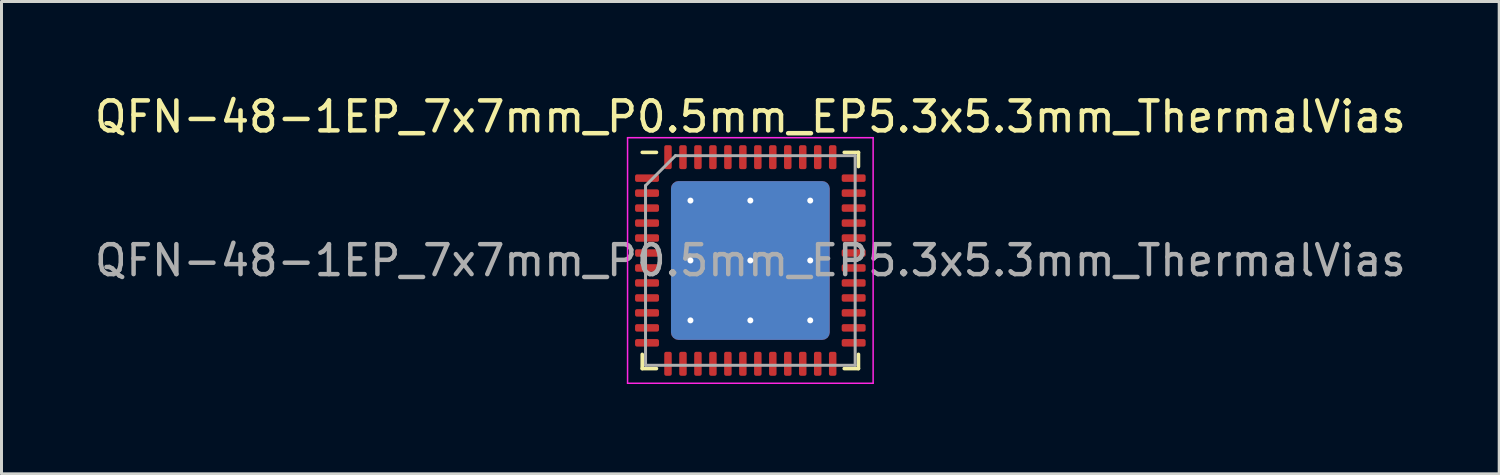
<source format=kicad_pcb>
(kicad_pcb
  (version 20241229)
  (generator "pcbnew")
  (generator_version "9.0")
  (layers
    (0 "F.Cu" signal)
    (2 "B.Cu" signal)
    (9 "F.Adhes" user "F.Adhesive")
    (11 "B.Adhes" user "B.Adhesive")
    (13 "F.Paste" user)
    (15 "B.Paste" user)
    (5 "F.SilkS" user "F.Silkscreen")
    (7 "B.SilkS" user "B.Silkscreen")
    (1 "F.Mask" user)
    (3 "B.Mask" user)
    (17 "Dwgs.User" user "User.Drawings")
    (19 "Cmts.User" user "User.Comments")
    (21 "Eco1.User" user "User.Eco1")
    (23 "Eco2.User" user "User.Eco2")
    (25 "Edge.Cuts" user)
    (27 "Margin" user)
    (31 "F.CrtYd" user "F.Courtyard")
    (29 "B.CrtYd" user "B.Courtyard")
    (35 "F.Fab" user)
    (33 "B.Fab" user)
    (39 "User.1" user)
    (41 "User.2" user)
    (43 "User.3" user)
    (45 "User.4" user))
  (footprint "QFN-48-1EP_7x7mm_P0.5mm_EP5.3x5.3mm_ThermalVias"
    (layer "F.Cu")
    (at 22.006 5.648)
    (property "Reference" "QFN-48-1EP_7x7mm_P0.5mm_EP5.3x5.3mm_ThermalVias" (at 0 -4.8 0) (layer "F.SilkS") (effects (font (size 1 1) (thickness 0.15))))
    (attr smd)
    (fp_line (start -3.61 3.61) (end -3.61 3.135) (stroke (width 0.12) (type solid)) (layer "F.SilkS"))
    (fp_line (start -3.135 -3.61) (end -3.61 -3.61) (stroke (width 0.12) (type solid)) (layer "F.SilkS"))
    (fp_line (start -3.135 3.61) (end -3.61 3.61) (stroke (width 0.12) (type solid)) (layer "F.SilkS"))
    (fp_line (start 3.135 -3.61) (end 3.61 -3.61) (stroke (width 0.12) (type solid)) (layer "F.SilkS"))
    (fp_line (start 3.135 3.61) (end 3.61 3.61) (stroke (width 0.12) (type solid)) (layer "F.SilkS"))
    (fp_line (start 3.61 -3.61) (end 3.61 -3.135) (stroke (width 0.12) (type solid)) (layer "F.SilkS"))
    (fp_line (start 3.61 3.61) (end 3.61 3.135) (stroke (width 0.12) (type solid)) (layer "F.SilkS"))
    (fp_line (start -4.1 -4.1) (end -4.1 4.1) (stroke (width 0.05) (type solid)) (layer "F.CrtYd"))
    (fp_line (start -4.1 4.1) (end 4.1 4.1) (stroke (width 0.05) (type solid)) (layer "F.CrtYd"))
    (fp_line (start 4.1 -4.1) (end -4.1 -4.1) (stroke (width 0.05) (type solid)) (layer "F.CrtYd"))
    (fp_line (start 4.1 4.1) (end 4.1 -4.1) (stroke (width 0.05) (type solid)) (layer "F.CrtYd"))
    (fp_line (start -3.5 -2.5) (end -2.5 -3.5) (stroke (width 0.1) (type solid)) (layer "F.Fab"))
    (fp_line (start -3.5 3.5) (end -3.5 -2.5) (stroke (width 0.1) (type solid)) (layer "F.Fab"))
    (fp_line (start -2.5 -3.5) (end 3.5 -3.5) (stroke (width 0.1) (type solid)) (layer "F.Fab"))
    (fp_line (start 3.5 -3.5) (end 3.5 3.5) (stroke (width 0.1) (type solid)) (layer "F.Fab"))
    (fp_line (start 3.5 3.5) (end -3.5 3.5) (stroke (width 0.1) (type solid)) (layer "F.Fab"))
    (fp_text user "${REFERENCE}" (at 0 0 0) (layer "F.Fab") (effects (font (size 1 1) (thickness 0.15))))
    (pad "" smd roundrect (at -1.8 -1.8) (size 1.026 1.026) (layers "F.Paste") (roundrect_rratio 0.244))
    (pad "" smd roundrect (at -1.8 -0.6) (size 1.026 1.026) (layers "F.Paste") (roundrect_rratio 0.244))
    (pad "" smd roundrect (at -1.8 0.6) (size 1.026 1.026) (layers "F.Paste") (roundrect_rratio 0.244))
    (pad "" smd roundrect (at -1.8 1.8) (size 1.026 1.026) (layers "F.Paste") (roundrect_rratio 0.244))
    (pad "" smd roundrect (at -0.6 -1.8) (size 1.026 1.026) (layers "F.Paste") (roundrect_rratio 0.244))
    (pad "" smd roundrect (at -0.6 -0.6) (size 1.026 1.026) (layers "F.Paste") (roundrect_rratio 0.244))
    (pad "" smd roundrect (at -0.6 0.6) (size 1.026 1.026) (layers "F.Paste") (roundrect_rratio 0.244))
    (pad "" smd roundrect (at -0.6 1.8) (size 1.026 1.026) (layers "F.Paste") (roundrect_rratio 0.244))
    (pad "" smd roundrect (at 0.6 -1.8) (size 1.026 1.026) (layers "F.Paste") (roundrect_rratio 0.244))
    (pad "" smd roundrect (at 0.6 -0.6) (size 1.026 1.026) (layers "F.Paste") (roundrect_rratio 0.244))
    (pad "" smd roundrect (at 0.6 0.6) (size 1.026 1.026) (layers "F.Paste") (roundrect_rratio 0.244))
    (pad "" smd roundrect (at 0.6 1.8) (size 1.026 1.026) (layers "F.Paste") (roundrect_rratio 0.244))
    (pad "" smd roundrect (at 1.8 -1.8) (size 1.026 1.026) (layers "F.Paste") (roundrect_rratio 0.244))
    (pad "" smd roundrect (at 1.8 -0.6) (size 1.026 1.026) (layers "F.Paste") (roundrect_rratio 0.244))
    (pad "" smd roundrect (at 1.8 0.6) (size 1.026 1.026) (layers "F.Paste") (roundrect_rratio 0.244))
    (pad "" smd roundrect (at 1.8 1.8) (size 1.026 1.026) (layers "F.Paste") (roundrect_rratio 0.244))
    (pad "1" smd roundrect (at -3.45 -2.75) (size 0.8 0.25) (layers "F.Cu" "F.Mask" "F.Paste") (roundrect_rratio 0.25))
    (pad "2" smd roundrect (at -3.45 -2.25) (size 0.8 0.25) (layers "F.Cu" "F.Mask" "F.Paste") (roundrect_rratio 0.25))
    (pad "3" smd roundrect (at -3.45 -1.75) (size 0.8 0.25) (layers "F.Cu" "F.Mask" "F.Paste") (roundrect_rratio 0.25))
    (pad "4" smd roundrect (at -3.45 -1.25) (size 0.8 0.25) (layers "F.Cu" "F.Mask" "F.Paste") (roundrect_rratio 0.25))
    (pad "5" smd roundrect (at -3.45 -0.75) (size 0.8 0.25) (layers "F.Cu" "F.Mask" "F.Paste") (roundrect_rratio 0.25))
    (pad "6" smd roundrect (at -3.45 -0.25) (size 0.8 0.25) (layers "F.Cu" "F.Mask" "F.Paste") (roundrect_rratio 0.25))
    (pad "7" smd roundrect (at -3.45 0.25) (size 0.8 0.25) (layers "F.Cu" "F.Mask" "F.Paste") (roundrect_rratio 0.25))
    (pad "8" smd roundrect (at -3.45 0.75) (size 0.8 0.25) (layers "F.Cu" "F.Mask" "F.Paste") (roundrect_rratio 0.25))
    (pad "9" smd roundrect (at -3.45 1.25) (size 0.8 0.25) (layers "F.Cu" "F.Mask" "F.Paste") (roundrect_rratio 0.25))
    (pad "10" smd roundrect (at -3.45 1.75) (size 0.8 0.25) (layers "F.Cu" "F.Mask" "F.Paste") (roundrect_rratio 0.25))
    (pad "11" smd roundrect (at -3.45 2.25) (size 0.8 0.25) (layers "F.Cu" "F.Mask" "F.Paste") (roundrect_rratio 0.25))
    (pad "12" smd roundrect (at -3.45 2.75) (size 0.8 0.25) (layers "F.Cu" "F.Mask" "F.Paste") (roundrect_rratio 0.25))
    (pad "13" smd roundrect (at -2.75 3.45) (size 0.25 0.8) (layers "F.Cu" "F.Mask" "F.Paste") (roundrect_rratio 0.25))
    (pad "14" smd roundrect (at -2.25 3.45) (size 0.25 0.8) (layers "F.Cu" "F.Mask" "F.Paste") (roundrect_rratio 0.25))
    (pad "15" smd roundrect (at -1.75 3.45) (size 0.25 0.8) (layers "F.Cu" "F.Mask" "F.Paste") (roundrect_rratio 0.25))
    (pad "16" smd roundrect (at -1.25 3.45) (size 0.25 0.8) (layers "F.Cu" "F.Mask" "F.Paste") (roundrect_rratio 0.25))
    (pad "17" smd roundrect (at -0.75 3.45) (size 0.25 0.8) (layers "F.Cu" "F.Mask" "F.Paste") (roundrect_rratio 0.25))
    (pad "18" smd roundrect (at -0.25 3.45) (size 0.25 0.8) (layers "F.Cu" "F.Mask" "F.Paste") (roundrect_rratio 0.25))
    (pad "19" smd roundrect (at 0.25 3.45) (size 0.25 0.8) (layers "F.Cu" "F.Mask" "F.Paste") (roundrect_rratio 0.25))
    (pad "20" smd roundrect (at 0.75 3.45) (size 0.25 0.8) (layers "F.Cu" "F.Mask" "F.Paste") (roundrect_rratio 0.25))
    (pad "21" smd roundrect (at 1.25 3.45) (size 0.25 0.8) (layers "F.Cu" "F.Mask" "F.Paste") (roundrect_rratio 0.25))
    (pad "22" smd roundrect (at 1.75 3.45) (size 0.25 0.8) (layers "F.Cu" "F.Mask" "F.Paste") (roundrect_rratio 0.25))
    (pad "23" smd roundrect (at 2.25 3.45) (size 0.25 0.8) (layers "F.Cu" "F.Mask" "F.Paste") (roundrect_rratio 0.25))
    (pad "24" smd roundrect (at 2.75 3.45) (size 0.25 0.8) (layers "F.Cu" "F.Mask" "F.Paste") (roundrect_rratio 0.25))
    (pad "25" smd roundrect (at 3.45 2.75) (size 0.8 0.25) (layers "F.Cu" "F.Mask" "F.Paste") (roundrect_rratio 0.25))
    (pad "26" smd roundrect (at 3.45 2.25) (size 0.8 0.25) (layers "F.Cu" "F.Mask" "F.Paste") (roundrect_rratio 0.25))
    (pad "27" smd roundrect (at 3.45 1.75) (size 0.8 0.25) (layers "F.Cu" "F.Mask" "F.Paste") (roundrect_rratio 0.25))
    (pad "28" smd roundrect (at 3.45 1.25) (size 0.8 0.25) (layers "F.Cu" "F.Mask" "F.Paste") (roundrect_rratio 0.25))
    (pad "29" smd roundrect (at 3.45 0.75) (size 0.8 0.25) (layers "F.Cu" "F.Mask" "F.Paste") (roundrect_rratio 0.25))
    (pad "30" smd roundrect (at 3.45 0.25) (size 0.8 0.25) (layers "F.Cu" "F.Mask" "F.Paste") (roundrect_rratio 0.25))
    (pad "31" smd roundrect (at 3.45 -0.25) (size 0.8 0.25) (layers "F.Cu" "F.Mask" "F.Paste") (roundrect_rratio 0.25))
    (pad "32" smd roundrect (at 3.45 -0.75) (size 0.8 0.25) (layers "F.Cu" "F.Mask" "F.Paste") (roundrect_rratio 0.25))
    (pad "33" smd roundrect (at 3.45 -1.25) (size 0.8 0.25) (layers "F.Cu" "F.Mask" "F.Paste") (roundrect_rratio 0.25))
    (pad "34" smd roundrect (at 3.45 -1.75) (size 0.8 0.25) (layers "F.Cu" "F.Mask" "F.Paste") (roundrect_rratio 0.25))
    (pad "35" smd roundrect (at 3.45 -2.25) (size 0.8 0.25) (layers "F.Cu" "F.Mask" "F.Paste") (roundrect_rratio 0.25))
    (pad "36" smd roundrect (at 3.45 -2.75) (size 0.8 0.25) (layers "F.Cu" "F.Mask" "F.Paste") (roundrect_rratio 0.25))
    (pad "37" smd roundrect (at 2.75 -3.45) (size 0.25 0.8) (layers "F.Cu" "F.Mask" "F.Paste") (roundrect_rratio 0.25))
    (pad "38" smd roundrect (at 2.25 -3.45) (size 0.25 0.8) (layers "F.Cu" "F.Mask" "F.Paste") (roundrect_rratio 0.25))
    (pad "39" smd roundrect (at 1.75 -3.45) (size 0.25 0.8) (layers "F.Cu" "F.Mask" "F.Paste") (roundrect_rratio 0.25))
    (pad "40" smd roundrect (at 1.25 -3.45) (size 0.25 0.8) (layers "F.Cu" "F.Mask" "F.Paste") (roundrect_rratio 0.25))
    (pad "41" smd roundrect (at 0.75 -3.45) (size 0.25 0.8) (layers "F.Cu" "F.Mask" "F.Paste") (roundrect_rratio 0.25))
    (pad "42" smd roundrect (at 0.25 -3.45) (size 0.25 0.8) (layers "F.Cu" "F.Mask" "F.Paste") (roundrect_rratio 0.25))
    (pad "43" smd roundrect (at -0.25 -3.45) (size 0.25 0.8) (layers "F.Cu" "F.Mask" "F.Paste") (roundrect_rratio 0.25))
    (pad "44" smd roundrect (at -0.75 -3.45) (size 0.25 0.8) (layers "F.Cu" "F.Mask" "F.Paste") (roundrect_rratio 0.25))
    (pad "45" smd roundrect (at -1.25 -3.45) (size 0.25 0.8) (layers "F.Cu" "F.Mask" "F.Paste") (roundrect_rratio 0.25))
    (pad "46" smd roundrect (at -1.75 -3.45) (size 0.25 0.8) (layers "F.Cu" "F.Mask" "F.Paste") (roundrect_rratio 0.25))
    (pad "47" smd roundrect (at -2.25 -3.45) (size 0.25 0.8) (layers "F.Cu" "F.Mask" "F.Paste") (roundrect_rratio 0.25))
    (pad "48" smd roundrect (at -2.75 -3.45) (size 0.25 0.8) (layers "F.Cu" "F.Mask" "F.Paste") (roundrect_rratio 0.25))
    (pad "49" thru_hole circle (at -2 -2) (size 0.5 0.5) (drill 0.2) (layers "*.Cu"))
    (pad "49" thru_hole circle (at -2 0) (size 0.5 0.5) (drill 0.2) (layers "*.Cu"))
    (pad "49" thru_hole circle (at -2 2) (size 0.5 0.5) (drill 0.2) (layers "*.Cu"))
    (pad "49" thru_hole circle (at 0 -2) (size 0.5 0.5) (drill 0.2) (layers "*.Cu"))
    (pad "49" thru_hole circle (at 0 0) (size 0.5 0.5) (drill 0.2) (layers "*.Cu"))
    (pad "49" smd roundrect (at 0 0) (size 5.3 5.3) (layers "F.Cu" "F.Mask") (roundrect_rratio 0.047))
    (pad "49" smd roundrect (at 0 0) (size 5.3 5.3) (layers "B.Cu") (roundrect_rratio 0.047))
    (pad "49" thru_hole circle (at 0 2) (size 0.5 0.5) (drill 0.2) (layers "*.Cu"))
    (pad "49" thru_hole circle (at 2 -2) (size 0.5 0.5) (drill 0.2) (layers "*.Cu"))
    (pad "49" thru_hole circle (at 2 0) (size 0.5 0.5) (drill 0.2) (layers "*.Cu"))
    (pad "49" thru_hole circle (at 2 2) (size 0.5 0.5) (drill 0.2) (layers "*.Cu")))
  (gr_rect
    (start -3 -3)
    (end 47.012 12.773)
    (stroke (width 0.1) (type default))
    (fill no)
    (layer "Edge.Cuts")))
</source>
